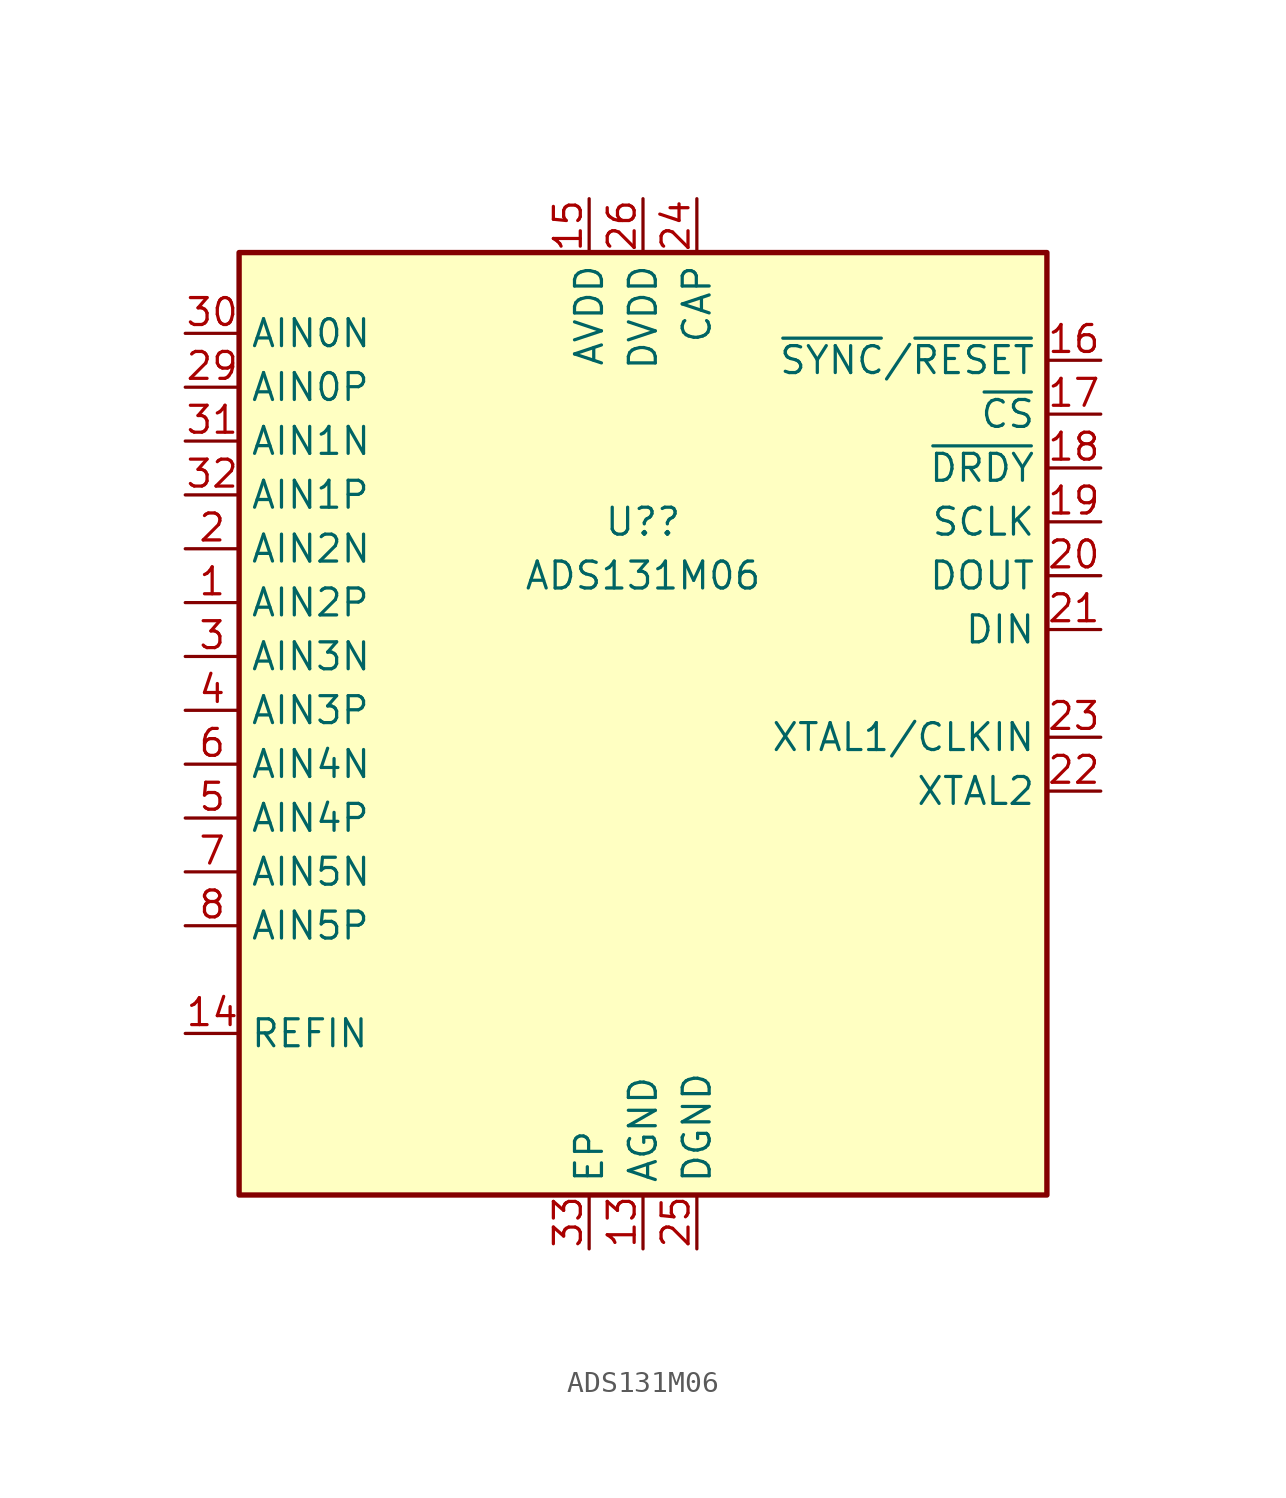
<source format=kicad_sym>
(kicad_symbol_lib
  (version 20211014)
  (generator kicad_symbol_editor)
  (symbol "ADS131M06"
    (property "Reference" "U?"
      (at 0 8.89 0)
      (effects (font (size 1.27 1.27))))
    (property "Value" "ADS131M06"
      (at 0 6.35 0)
      (effects (font (size 1.27 1.27))))
    (symbol "ADS131M06_0_1"
      (rectangle (start -19.05 21.59) (end 19.05 -22.86) (stroke (width 0.254) (type default) (color 0 0 0 0)) (fill (type background))))
    (symbol "ADS131M06_1_1"
      (pin input line (at -21.59 5.08 0) (length 2.54) (name "AIN2P" (effects (font (size 1.27 1.27)))) (number "1" (effects (font (size 1.27 1.27)))))
      (pin no_connect line (at 21.59 -11.43 180) (length 2.54) hide (name "NC" (effects (font (size 1.27 1.27)))) (number "10" (effects (font (size 1.27 1.27)))))
      (pin no_connect line (at 21.59 -13.97 180) (length 2.54) hide (name "NC" (effects (font (size 1.27 1.27)))) (number "11" (effects (font (size 1.27 1.27)))))
      (pin no_connect line (at 21.59 -16.51 180) (length 2.54) hide (name "NC" (effects (font (size 1.27 1.27)))) (number "12" (effects (font (size 1.27 1.27)))))
      (pin power_in line (at 0 -25.4 90) (length 2.54) (name "AGND" (effects (font (size 1.27 1.27)))) (number "13" (effects (font (size 1.27 1.27)))))
      (pin input line (at -21.59 -15.24 0) (length 2.54) (name "REFIN" (effects (font (size 1.27 1.27)))) (number "14" (effects (font (size 1.27 1.27)))))
      (pin power_in line (at -2.54 24.13 270) (length 2.54) (name "AVDD" (effects (font (size 1.27 1.27)))) (number "15" (effects (font (size 1.27 1.27)))))
      (pin input line (at 21.59 16.51 180) (length 2.54) (name "~{SYNC}/~{RESET}" (effects (font (size 1.27 1.27)))) (number "16" (effects (font (size 1.27 1.27)))))
      (pin input line (at 21.59 13.97 180) (length 2.54) (name "~{CS}" (effects (font (size 1.27 1.27)))) (number "17" (effects (font (size 1.27 1.27)))))
      (pin input line (at 21.59 11.43 180) (length 2.54) (name "~{DRDY}" (effects (font (size 1.27 1.27)))) (number "18" (effects (font (size 1.27 1.27)))))
      (pin input line (at 21.59 8.89 180) (length 2.54) (name "SCLK" (effects (font (size 1.27 1.27)))) (number "19" (effects (font (size 1.27 1.27)))))
      (pin input line (at -21.59 7.62 0) (length 2.54) (name "AIN2N" (effects (font (size 1.27 1.27)))) (number "2" (effects (font (size 1.27 1.27)))))
      (pin output line (at 21.59 6.35 180) (length 2.54) (name "DOUT" (effects (font (size 1.27 1.27)))) (number "20" (effects (font (size 1.27 1.27)))))
      (pin input line (at 21.59 3.81 180) (length 2.54) (name "DIN" (effects (font (size 1.27 1.27)))) (number "21" (effects (font (size 1.27 1.27)))))
      (pin input line (at 21.59 -3.81 180) (length 2.54) (name "XTAL2" (effects (font (size 1.27 1.27)))) (number "22" (effects (font (size 1.27 1.27)))))
      (pin input line (at 21.59 -1.27 180) (length 2.54) (name "XTAL1/CLKIN" (effects (font (size 1.27 1.27)))) (number "23" (effects (font (size 1.27 1.27)))))
      (pin output line (at 2.54 24.13 270) (length 2.54) (name "CAP" (effects (font (size 1.27 1.27)))) (number "24" (effects (font (size 1.27 1.27)))))
      (pin power_in line (at 2.54 -25.4 90) (length 2.54) (name "DGND" (effects (font (size 1.27 1.27)))) (number "25" (effects (font (size 1.27 1.27)))))
      (pin power_in line (at 0 24.13 270) (length 2.54) (name "DVDD" (effects (font (size 1.27 1.27)))) (number "26" (effects (font (size 1.27 1.27)))))
      (pin no_connect line (at 21.59 -19.05 180) (length 2.54) hide (name "NC" (effects (font (size 1.27 1.27)))) (number "27" (effects (font (size 1.27 1.27)))))
      (pin passive line (at 0 -25.4 90) (length 2.54) hide (name "AGND" (effects (font (size 1.27 1.27)))) (number "28" (effects (font (size 1.27 1.27)))))
      (pin input line (at -21.59 15.24 0) (length 2.54) (name "AIN0P" (effects (font (size 1.27 1.27)))) (number "29" (effects (font (size 1.27 1.27)))))
      (pin input line (at -21.59 2.54 0) (length 2.54) (name "AIN3N" (effects (font (size 1.27 1.27)))) (number "3" (effects (font (size 1.27 1.27)))))
      (pin input line (at -21.59 17.78 0) (length 2.54) (name "AIN0N" (effects (font (size 1.27 1.27)))) (number "30" (effects (font (size 1.27 1.27)))))
      (pin input line (at -21.59 12.7 0) (length 2.54) (name "AIN1N" (effects (font (size 1.27 1.27)))) (number "31" (effects (font (size 1.27 1.27)))))
      (pin input line (at -21.59 10.16 0) (length 2.54) (name "AIN1P" (effects (font (size 1.27 1.27)))) (number "32" (effects (font (size 1.27 1.27)))))
      (pin passive line (at -2.54 -25.4 90) (length 2.54) (name "EP" (effects (font (size 1.27 1.27)))) (number "33" (effects (font (size 1.27 1.27)))))
      (pin input line (at -21.59 0 0) (length 2.54) (name "AIN3P" (effects (font (size 1.27 1.27)))) (number "4" (effects (font (size 1.27 1.27)))))
      (pin input line (at -21.59 -5.08 0) (length 2.54) (name "AIN4P" (effects (font (size 1.27 1.27)))) (number "5" (effects (font (size 1.27 1.27)))))
      (pin input line (at -21.59 -2.54 0) (length 2.54) (name "AIN4N" (effects (font (size 1.27 1.27)))) (number "6" (effects (font (size 1.27 1.27)))))
      (pin input line (at -21.59 -7.62 0) (length 2.54) (name "AIN5N" (effects (font (size 1.27 1.27)))) (number "7" (effects (font (size 1.27 1.27)))))
      (pin input line (at -21.59 -10.16 0) (length 2.54) (name "AIN5P" (effects (font (size 1.27 1.27)))) (number "8" (effects (font (size 1.27 1.27)))))
      (pin no_connect line (at 21.59 -8.89 180) (length 2.54) hide (name "NC" (effects (font (size 1.27 1.27)))) (number "9" (effects (font (size 1.27 1.27))))))))
</source>
